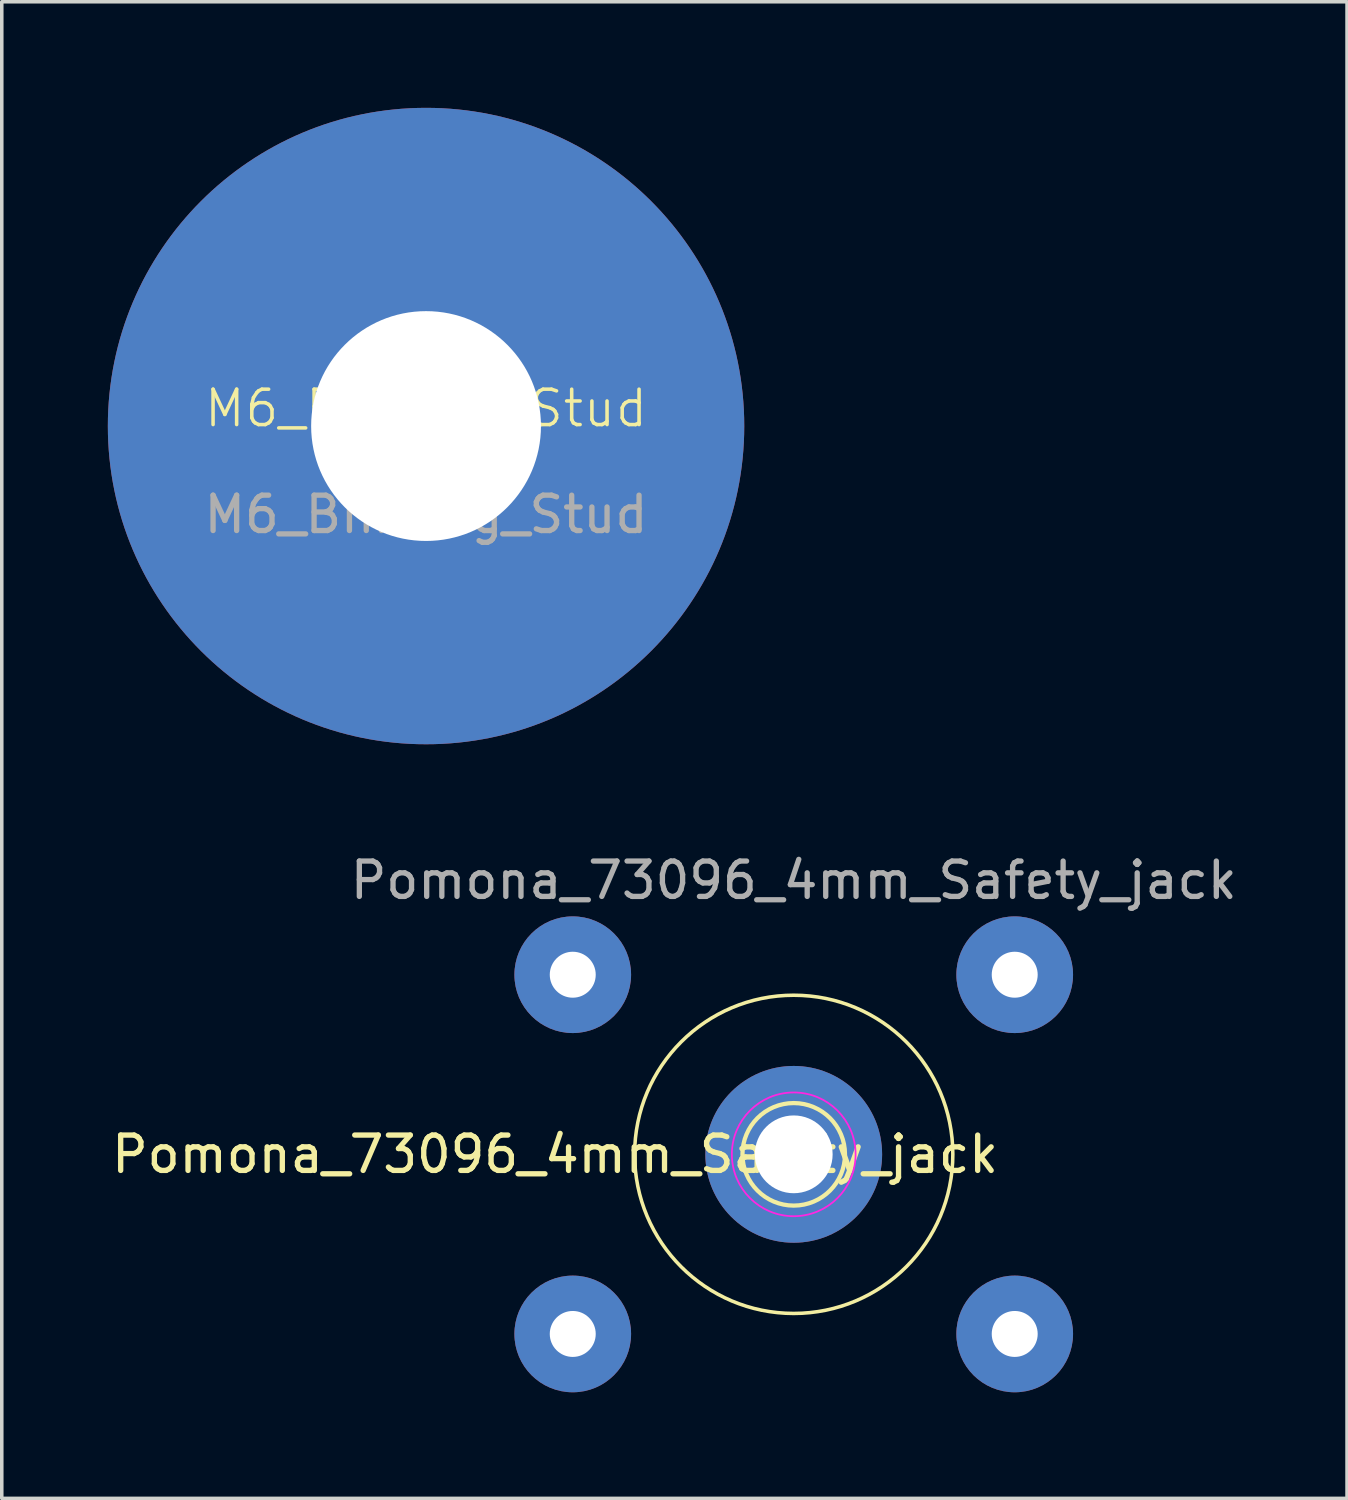
<source format=kicad_pcb>
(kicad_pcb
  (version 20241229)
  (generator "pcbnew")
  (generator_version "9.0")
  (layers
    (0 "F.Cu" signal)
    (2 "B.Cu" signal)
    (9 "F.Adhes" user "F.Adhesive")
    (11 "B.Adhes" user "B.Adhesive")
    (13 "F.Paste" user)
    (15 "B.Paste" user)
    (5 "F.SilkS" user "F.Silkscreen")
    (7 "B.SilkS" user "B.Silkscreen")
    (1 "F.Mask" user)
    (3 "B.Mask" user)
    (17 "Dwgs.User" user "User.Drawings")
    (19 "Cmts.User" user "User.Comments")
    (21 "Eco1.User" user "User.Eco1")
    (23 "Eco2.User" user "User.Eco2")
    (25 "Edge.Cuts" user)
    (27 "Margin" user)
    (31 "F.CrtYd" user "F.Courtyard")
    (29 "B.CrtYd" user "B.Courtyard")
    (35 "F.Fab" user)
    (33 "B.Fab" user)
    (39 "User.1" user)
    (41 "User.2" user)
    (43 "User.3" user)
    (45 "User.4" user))
  (footprint "M6_Binding_Stud"
    (layer "F.Cu")
    (at 9 9)
    (property "Reference" "M6_Binding_Stud" (at 0 -0.5 0) (unlocked yes) (layer "F.SilkS") (effects (font (size 1 1) (thickness 0.1))))
    (attr through_hole)
    (fp_text user "${REFERENCE}" (at 0 2.5 0) (unlocked yes) (layer "F.Fab") (effects (font (size 1 1) (thickness 0.15))))
    (pad "1" thru_hole circle (at 0 0) (size 18 18) (drill 6.5) (layers "*.Cu" "*.Mask")))
  (footprint "Pomona_73096_4mm_Safety_jack"
    (layer "F.Cu")
    (at 19.399 29.598)
    (property "Reference" "Pomona_73096_4mm_Safety_jack" (at -6.75 0 0) (layer "F.SilkS") (effects (font (size 1 1) (thickness 0.15))))
    (attr exclude_from_pos_files)
    (fp_circle (center 0 0) (end 0 1.45) (stroke (width 0.12) (type solid)) (fill no) (layer "F.SilkS"))
    (fp_circle (center 0 0) (end 4.5 0) (stroke (width 0.1) (type default)) (fill no) (layer "F.SilkS"))
    (fp_circle (center 0 0) (end 1.75 0) (stroke (width 0.05) (type solid)) (fill no) (layer "F.CrtYd"))
    (fp_text user "${REFERENCE}" (at 0 -7.75 0) (layer "F.Fab") (effects (font (size 1 1) (thickness 0.15))))
    (pad "1" thru_hole circle (at 0 0) (size 5 5) (drill 2.2) (layers "*.Cu" "*.Mask"))
    (pad "2" thru_hole circle (at -6.25 -5.08) (size 3.3 3.3) (drill 1.3) (layers "*.Cu" "*.Mask"))
    (pad "2" thru_hole circle (at -6.25 5.08) (size 3.3 3.3) (drill 1.3) (layers "*.Cu" "*.Mask"))
    (pad "2" thru_hole circle (at 6.25 -5.08) (size 3.3 3.3) (drill 1.3) (layers "*.Cu" "*.Mask"))
    (pad "2" thru_hole circle (at 6.25 5.08) (size 3.3 3.3) (drill 1.3) (layers "*.Cu" "*.Mask")))
  (gr_rect
    (start -3 -3)
    (end 35.048 39.328)
    (stroke (width 0.1) (type default))
    (fill no)
    (layer "Edge.Cuts")))
</source>
